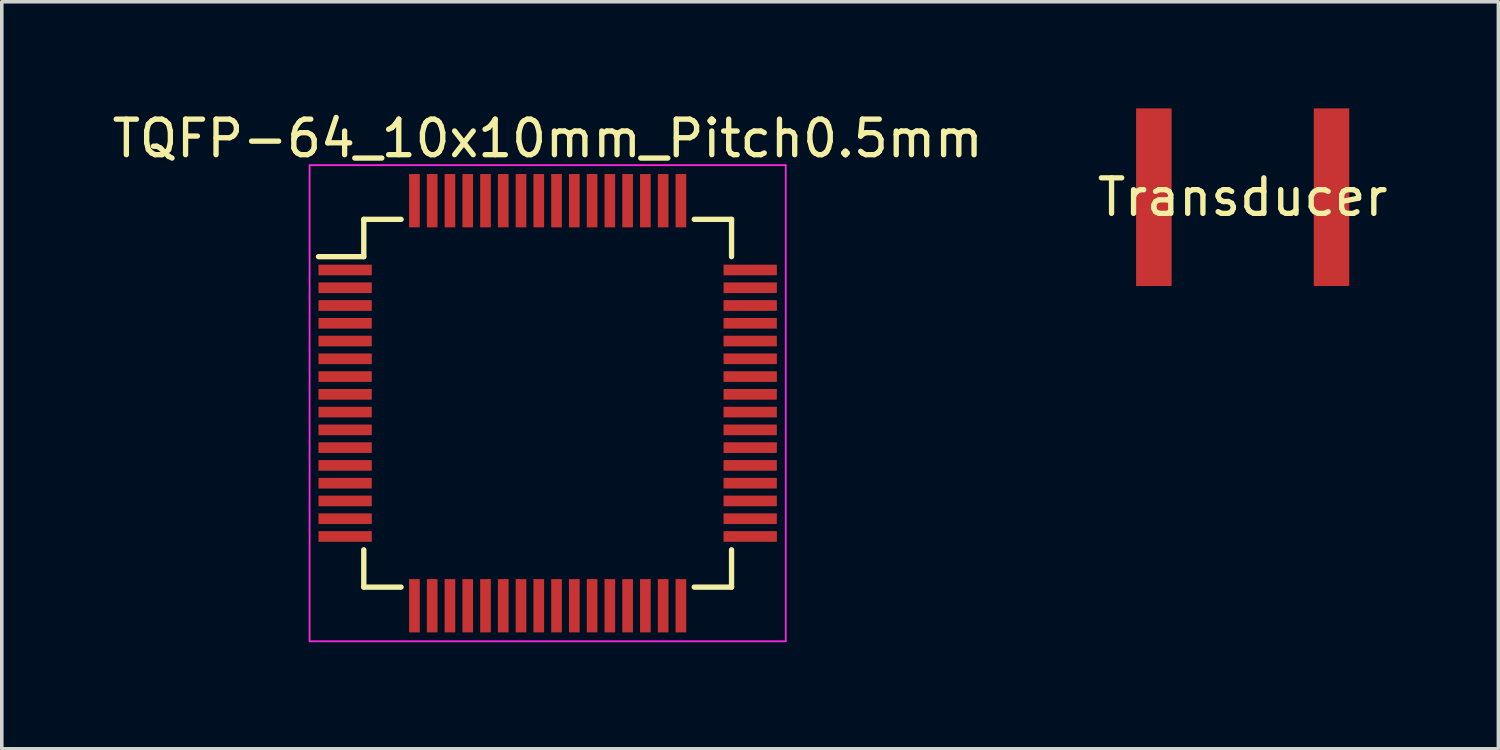
<source format=kicad_pcb>
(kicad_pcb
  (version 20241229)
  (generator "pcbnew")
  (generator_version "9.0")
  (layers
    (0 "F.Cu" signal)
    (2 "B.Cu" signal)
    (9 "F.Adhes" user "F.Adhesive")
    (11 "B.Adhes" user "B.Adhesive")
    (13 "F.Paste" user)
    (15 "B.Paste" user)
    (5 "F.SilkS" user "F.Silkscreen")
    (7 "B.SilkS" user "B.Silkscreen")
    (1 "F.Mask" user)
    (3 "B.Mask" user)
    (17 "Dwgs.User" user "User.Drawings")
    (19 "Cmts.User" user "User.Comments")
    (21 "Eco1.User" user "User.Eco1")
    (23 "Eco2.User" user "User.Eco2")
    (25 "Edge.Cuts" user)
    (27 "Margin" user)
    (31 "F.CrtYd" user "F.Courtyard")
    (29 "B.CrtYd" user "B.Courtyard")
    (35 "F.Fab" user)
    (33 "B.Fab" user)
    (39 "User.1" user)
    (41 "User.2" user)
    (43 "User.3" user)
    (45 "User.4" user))
  (footprint "Transducer"
    (layer "F.Cu")
    (at 31.923 2.5)
    (property "Reference" "Transducer" (at 0 0 0) (layer "F.SilkS") (effects (font (size 1 1) (thickness 0.15))))
    (attr through_hole)
    (pad "1" smd rect (at -2.5 0) (size 1 5) (layers "F.Cu" "F.Mask" "F.Paste"))
    (pad "2" smd rect (at 2.5 0) (size 1 5) (layers "F.Cu" "F.Mask" "F.Paste")))
  (footprint "TQFP-64_10x10mm_Pitch0.5mm"
    (layer "F.Cu")
    (at 12.363 8.298)
    (property "Reference" "TQFP-64_10x10mm_Pitch0.5mm" (at 0 -7.45 0) (layer "F.SilkS") (effects (font (size 1 1) (thickness 0.15))))
    (attr smd)
    (fp_line (start -5.175 -5.175) (end -5.175 -4.125) (stroke (width 0.15) (type solid)) (layer "F.SilkS"))
    (fp_line (start -5.175 -5.175) (end -4.125 -5.175) (stroke (width 0.15) (type solid)) (layer "F.SilkS"))
    (fp_line (start -5.175 -4.125) (end -6.45 -4.125) (stroke (width 0.15) (type solid)) (layer "F.SilkS"))
    (fp_line (start -5.175 5.175) (end -5.175 4.125) (stroke (width 0.15) (type solid)) (layer "F.SilkS"))
    (fp_line (start -5.175 5.175) (end -4.125 5.175) (stroke (width 0.15) (type solid)) (layer "F.SilkS"))
    (fp_line (start 5.175 -5.175) (end 4.125 -5.175) (stroke (width 0.15) (type solid)) (layer "F.SilkS"))
    (fp_line (start 5.175 -5.175) (end 5.175 -4.125) (stroke (width 0.15) (type solid)) (layer "F.SilkS"))
    (fp_line (start 5.175 5.175) (end 4.125 5.175) (stroke (width 0.15) (type solid)) (layer "F.SilkS"))
    (fp_line (start 5.175 5.175) (end 5.175 4.125) (stroke (width 0.15) (type solid)) (layer "F.SilkS"))
    (fp_line (start -6.7 -6.7) (end -6.7 6.7) (stroke (width 0.05) (type solid)) (layer "F.CrtYd"))
    (fp_line (start -6.7 -6.7) (end 6.7 -6.7) (stroke (width 0.05) (type solid)) (layer "F.CrtYd"))
    (fp_line (start -6.7 6.7) (end 6.7 6.7) (stroke (width 0.05) (type solid)) (layer "F.CrtYd"))
    (fp_line (start 6.7 -6.7) (end 6.7 6.7) (stroke (width 0.05) (type solid)) (layer "F.CrtYd"))
    (pad "1" smd rect (at -5.7 -3.75) (size 1.5 0.3) (layers "F.Cu" "F.Mask" "F.Paste"))
    (pad "2" smd rect (at -5.7 -3.25) (size 1.5 0.3) (layers "F.Cu" "F.Mask" "F.Paste"))
    (pad "3" smd rect (at -5.7 -2.75) (size 1.5 0.3) (layers "F.Cu" "F.Mask" "F.Paste"))
    (pad "4" smd rect (at -5.7 -2.25) (size 1.5 0.3) (layers "F.Cu" "F.Mask" "F.Paste"))
    (pad "5" smd rect (at -5.7 -1.75) (size 1.5 0.3) (layers "F.Cu" "F.Mask" "F.Paste"))
    (pad "6" smd rect (at -5.7 -1.25) (size 1.5 0.3) (layers "F.Cu" "F.Mask" "F.Paste"))
    (pad "7" smd rect (at -5.7 -0.75) (size 1.5 0.3) (layers "F.Cu" "F.Mask" "F.Paste"))
    (pad "8" smd rect (at -5.7 -0.25) (size 1.5 0.3) (layers "F.Cu" "F.Mask" "F.Paste"))
    (pad "9" smd rect (at -5.7 0.25) (size 1.5 0.3) (layers "F.Cu" "F.Mask" "F.Paste"))
    (pad "10" smd rect (at -5.7 0.75) (size 1.5 0.3) (layers "F.Cu" "F.Mask" "F.Paste"))
    (pad "11" smd rect (at -5.7 1.25) (size 1.5 0.3) (layers "F.Cu" "F.Mask" "F.Paste"))
    (pad "12" smd rect (at -5.7 1.75) (size 1.5 0.3) (layers "F.Cu" "F.Mask" "F.Paste"))
    (pad "13" smd rect (at -5.7 2.25) (size 1.5 0.3) (layers "F.Cu" "F.Mask" "F.Paste"))
    (pad "14" smd rect (at -5.7 2.75) (size 1.5 0.3) (layers "F.Cu" "F.Mask" "F.Paste"))
    (pad "15" smd rect (at -5.7 3.25) (size 1.5 0.3) (layers "F.Cu" "F.Mask" "F.Paste"))
    (pad "16" smd rect (at -5.7 3.75) (size 1.5 0.3) (layers "F.Cu" "F.Mask" "F.Paste"))
    (pad "17" smd rect (at -3.75 5.7 90) (size 1.5 0.3) (layers "F.Cu" "F.Mask" "F.Paste"))
    (pad "18" smd rect (at -3.25 5.7 90) (size 1.5 0.3) (layers "F.Cu" "F.Mask" "F.Paste"))
    (pad "19" smd rect (at -2.75 5.7 90) (size 1.5 0.3) (layers "F.Cu" "F.Mask" "F.Paste"))
    (pad "20" smd rect (at -2.25 5.7 90) (size 1.5 0.3) (layers "F.Cu" "F.Mask" "F.Paste"))
    (pad "21" smd rect (at -1.75 5.7 90) (size 1.5 0.3) (layers "F.Cu" "F.Mask" "F.Paste"))
    (pad "22" smd rect (at -1.25 5.7 90) (size 1.5 0.3) (layers "F.Cu" "F.Mask" "F.Paste"))
    (pad "23" smd rect (at -0.75 5.7 90) (size 1.5 0.3) (layers "F.Cu" "F.Mask" "F.Paste"))
    (pad "24" smd rect (at -0.25 5.7 90) (size 1.5 0.3) (layers "F.Cu" "F.Mask" "F.Paste"))
    (pad "25" smd rect (at 0.25 5.7 90) (size 1.5 0.3) (layers "F.Cu" "F.Mask" "F.Paste"))
    (pad "26" smd rect (at 0.75 5.7 90) (size 1.5 0.3) (layers "F.Cu" "F.Mask" "F.Paste"))
    (pad "27" smd rect (at 1.25 5.7 90) (size 1.5 0.3) (layers "F.Cu" "F.Mask" "F.Paste"))
    (pad "28" smd rect (at 1.75 5.7 90) (size 1.5 0.3) (layers "F.Cu" "F.Mask" "F.Paste"))
    (pad "29" smd rect (at 2.25 5.7 90) (size 1.5 0.3) (layers "F.Cu" "F.Mask" "F.Paste"))
    (pad "30" smd rect (at 2.75 5.7 90) (size 1.5 0.3) (layers "F.Cu" "F.Mask" "F.Paste"))
    (pad "31" smd rect (at 3.25 5.7 90) (size 1.5 0.3) (layers "F.Cu" "F.Mask" "F.Paste"))
    (pad "32" smd rect (at 3.75 5.7 90) (size 1.5 0.3) (layers "F.Cu" "F.Mask" "F.Paste"))
    (pad "33" smd rect (at 5.7 3.75) (size 1.5 0.3) (layers "F.Cu" "F.Mask" "F.Paste"))
    (pad "34" smd rect (at 5.7 3.25) (size 1.5 0.3) (layers "F.Cu" "F.Mask" "F.Paste"))
    (pad "35" smd rect (at 5.7 2.75) (size 1.5 0.3) (layers "F.Cu" "F.Mask" "F.Paste"))
    (pad "36" smd rect (at 5.7 2.25) (size 1.5 0.3) (layers "F.Cu" "F.Mask" "F.Paste"))
    (pad "37" smd rect (at 5.7 1.75) (size 1.5 0.3) (layers "F.Cu" "F.Mask" "F.Paste"))
    (pad "38" smd rect (at 5.7 1.25) (size 1.5 0.3) (layers "F.Cu" "F.Mask" "F.Paste"))
    (pad "39" smd rect (at 5.7 0.75) (size 1.5 0.3) (layers "F.Cu" "F.Mask" "F.Paste"))
    (pad "40" smd rect (at 5.7 0.25) (size 1.5 0.3) (layers "F.Cu" "F.Mask" "F.Paste"))
    (pad "41" smd rect (at 5.7 -0.25) (size 1.5 0.3) (layers "F.Cu" "F.Mask" "F.Paste"))
    (pad "42" smd rect (at 5.7 -0.75) (size 1.5 0.3) (layers "F.Cu" "F.Mask" "F.Paste"))
    (pad "43" smd rect (at 5.7 -1.25) (size 1.5 0.3) (layers "F.Cu" "F.Mask" "F.Paste"))
    (pad "44" smd rect (at 5.7 -1.75) (size 1.5 0.3) (layers "F.Cu" "F.Mask" "F.Paste"))
    (pad "45" smd rect (at 5.7 -2.25) (size 1.5 0.3) (layers "F.Cu" "F.Mask" "F.Paste"))
    (pad "46" smd rect (at 5.7 -2.75) (size 1.5 0.3) (layers "F.Cu" "F.Mask" "F.Paste"))
    (pad "47" smd rect (at 5.7 -3.25) (size 1.5 0.3) (layers "F.Cu" "F.Mask" "F.Paste"))
    (pad "48" smd rect (at 5.7 -3.75) (size 1.5 0.3) (layers "F.Cu" "F.Mask" "F.Paste"))
    (pad "49" smd rect (at 3.75 -5.7 90) (size 1.5 0.3) (layers "F.Cu" "F.Mask" "F.Paste"))
    (pad "50" smd rect (at 3.25 -5.7 90) (size 1.5 0.3) (layers "F.Cu" "F.Mask" "F.Paste"))
    (pad "51" smd rect (at 2.75 -5.7 90) (size 1.5 0.3) (layers "F.Cu" "F.Mask" "F.Paste"))
    (pad "52" smd rect (at 2.25 -5.7 90) (size 1.5 0.3) (layers "F.Cu" "F.Mask" "F.Paste"))
    (pad "53" smd rect (at 1.75 -5.7 90) (size 1.5 0.3) (layers "F.Cu" "F.Mask" "F.Paste"))
    (pad "54" smd rect (at 1.25 -5.7 90) (size 1.5 0.3) (layers "F.Cu" "F.Mask" "F.Paste"))
    (pad "55" smd rect (at 0.75 -5.7 90) (size 1.5 0.3) (layers "F.Cu" "F.Mask" "F.Paste"))
    (pad "56" smd rect (at 0.25 -5.7 90) (size 1.5 0.3) (layers "F.Cu" "F.Mask" "F.Paste"))
    (pad "57" smd rect (at -0.25 -5.7 90) (size 1.5 0.3) (layers "F.Cu" "F.Mask" "F.Paste"))
    (pad "58" smd rect (at -0.75 -5.7 90) (size 1.5 0.3) (layers "F.Cu" "F.Mask" "F.Paste"))
    (pad "59" smd rect (at -1.25 -5.7 90) (size 1.5 0.3) (layers "F.Cu" "F.Mask" "F.Paste"))
    (pad "60" smd rect (at -1.75 -5.7 90) (size 1.5 0.3) (layers "F.Cu" "F.Mask" "F.Paste"))
    (pad "61" smd rect (at -2.25 -5.7 90) (size 1.5 0.3) (layers "F.Cu" "F.Mask" "F.Paste"))
    (pad "62" smd rect (at -2.75 -5.7 90) (size 1.5 0.3) (layers "F.Cu" "F.Mask" "F.Paste"))
    (pad "63" smd rect (at -3.25 -5.7 90) (size 1.5 0.3) (layers "F.Cu" "F.Mask" "F.Paste"))
    (pad "64" smd rect (at -3.75 -5.7 90) (size 1.5 0.3) (layers "F.Cu" "F.Mask" "F.Paste")))
  (gr_rect
    (start -3 -3)
    (end 39.119 18.023)
    (stroke (width 0.1) (type default))
    (fill no)
    (layer "Edge.Cuts")))
</source>
